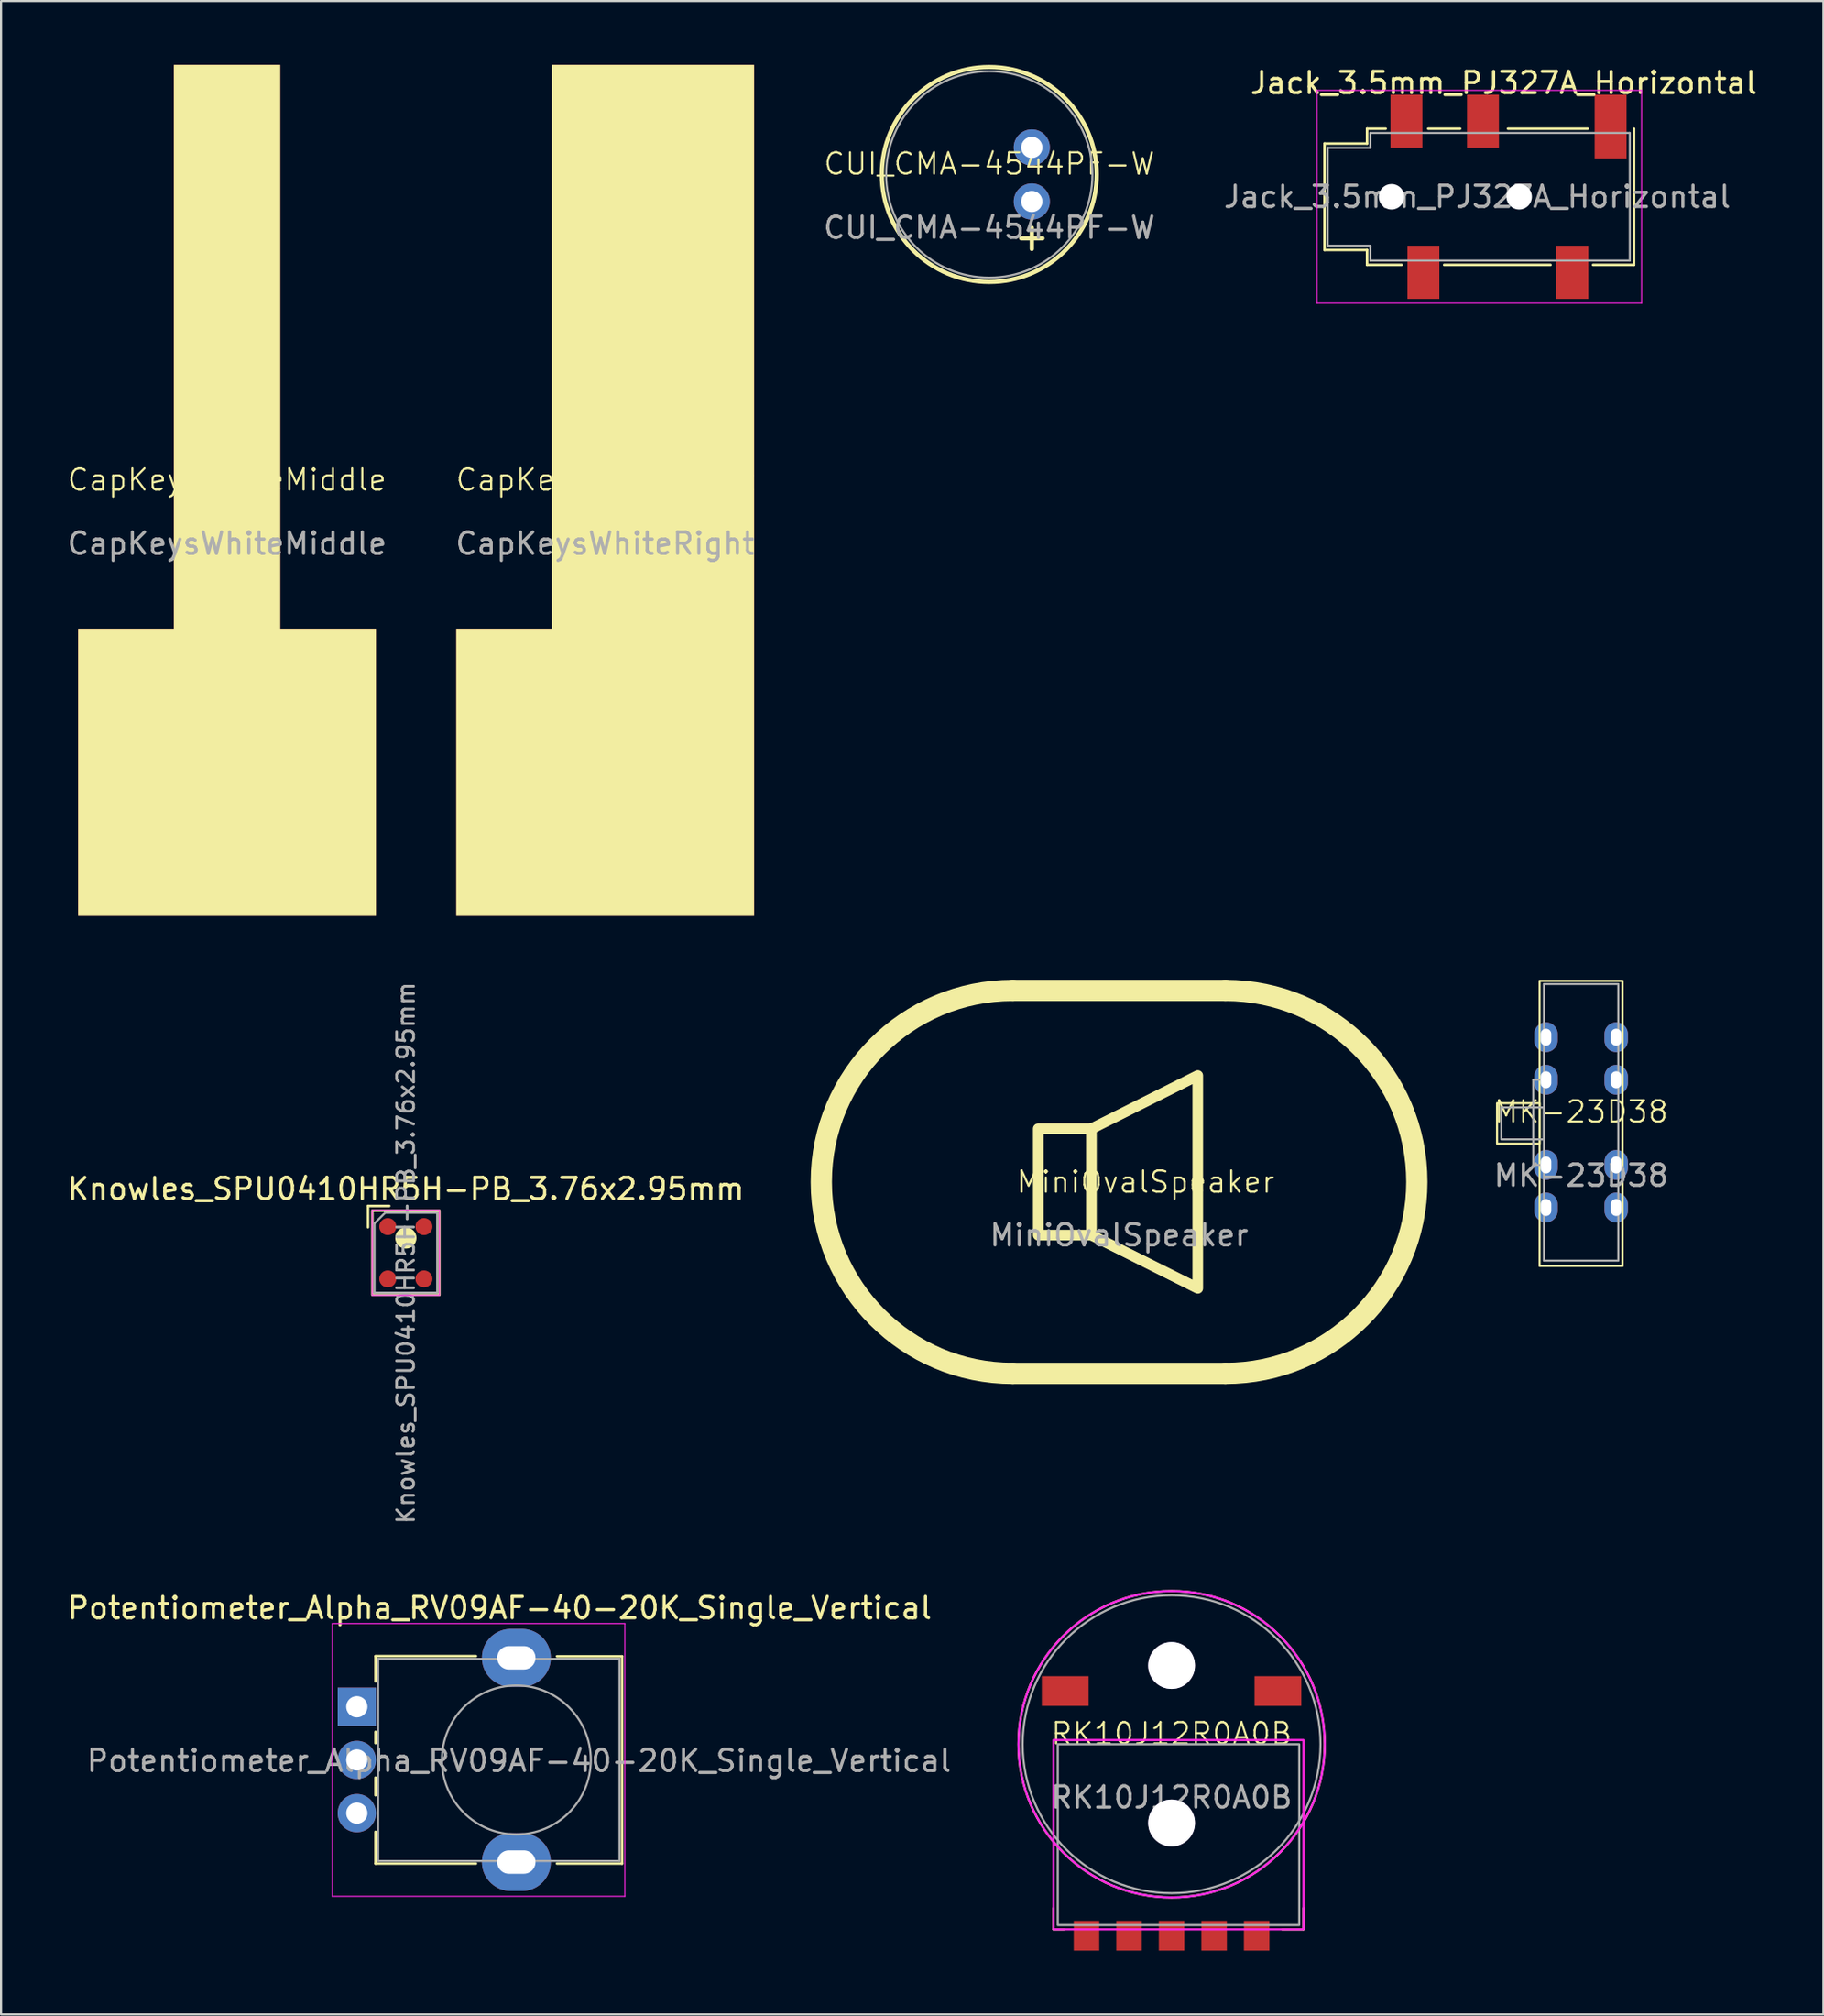
<source format=kicad_pcb>
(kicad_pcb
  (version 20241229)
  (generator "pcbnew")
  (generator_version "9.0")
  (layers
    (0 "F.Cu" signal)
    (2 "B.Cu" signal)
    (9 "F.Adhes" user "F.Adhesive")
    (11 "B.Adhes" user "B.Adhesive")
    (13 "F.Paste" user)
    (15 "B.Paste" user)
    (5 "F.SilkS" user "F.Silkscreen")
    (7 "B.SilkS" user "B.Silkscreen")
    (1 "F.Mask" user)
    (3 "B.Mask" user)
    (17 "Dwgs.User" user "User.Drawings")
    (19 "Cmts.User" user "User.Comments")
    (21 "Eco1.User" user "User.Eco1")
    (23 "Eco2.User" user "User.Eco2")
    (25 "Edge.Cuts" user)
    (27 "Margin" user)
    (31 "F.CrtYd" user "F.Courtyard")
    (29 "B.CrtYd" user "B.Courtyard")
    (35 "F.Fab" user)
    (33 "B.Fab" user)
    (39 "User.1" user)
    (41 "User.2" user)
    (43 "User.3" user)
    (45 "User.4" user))
  (footprint "Jack_3.5mm_PJ327A_Horizontal"
    (layer "F.Cu")
    (at 67.594 6.198)
    (property "Reference" "Jack_3.5mm_PJ327A_Horizontal" (at 0.05 -5.35 0) (layer "F.SilkS") (effects (font (size 1 1) (thickness 0.15))))
    (attr smd)
    (fp_line (start -8.375 -2.5) (end -8.375 2.5) (stroke (width 0.12) (type solid)) (layer "F.SilkS"))
    (fp_line (start -6.375 -3.2) (end -6.375 -2.5) (stroke (width 0.12) (type solid)) (layer "F.SilkS"))
    (fp_line (start -6.375 -3.2) (end -5.5 -3.2) (stroke (width 0.12) (type solid)) (layer "F.SilkS"))
    (fp_line (start -6.375 -2.5) (end -8.375 -2.5) (stroke (width 0.12) (type solid)) (layer "F.SilkS"))
    (fp_line (start -6.375 2.5) (end -8.375 2.5) (stroke (width 0.12) (type solid)) (layer "F.SilkS"))
    (fp_line (start -6.375 2.5) (end -6.375 3.2) (stroke (width 0.12) (type solid)) (layer "F.SilkS"))
    (fp_line (start -4.75 3.2) (end -6.375 3.2) (stroke (width 0.12) (type solid)) (layer "F.SilkS"))
    (fp_line (start -3.5 -3.2) (end -2 -3.2) (stroke (width 0.12) (type solid)) (layer "F.SilkS"))
    (fp_line (start 0.25 -3.2) (end 4 -3.2) (stroke (width 0.12) (type solid)) (layer "F.SilkS"))
    (fp_line (start 2.25 3.2) (end -2.75 3.2) (stroke (width 0.12) (type solid)) (layer "F.SilkS"))
    (fp_line (start 6.175 3.2) (end 4.25 3.2) (stroke (width 0.12) (type solid)) (layer "F.SilkS"))
    (fp_line (start 6.175 3.2) (end 6.175 -3.2) (stroke (width 0.12) (type solid)) (layer "F.SilkS"))
    (fp_line (start -8.73 -5) (end 6.53 -5) (stroke (width 0.05) (type solid)) (layer "F.CrtYd"))
    (fp_line (start -8.73 5) (end -8.73 -5) (stroke (width 0.05) (type solid)) (layer "F.CrtYd"))
    (fp_line (start -8.73 5) (end 6.53 5) (stroke (width 0.05) (type solid)) (layer "F.CrtYd"))
    (fp_line (start 6.53 5) (end 6.53 -5) (stroke (width 0.05) (type solid)) (layer "F.CrtYd"))
    (fp_line (start -8.225 -2.3) (end -6.225 -2.3) (stroke (width 0.1) (type solid)) (layer "F.Fab"))
    (fp_line (start -8.225 2.3) (end -8.225 -2.3) (stroke (width 0.1) (type solid)) (layer "F.Fab"))
    (fp_line (start -6.225 -3) (end 5.975 -3) (stroke (width 0.1) (type solid)) (layer "F.Fab"))
    (fp_line (start -6.225 -2.3) (end -6.225 -3) (stroke (width 0.1) (type solid)) (layer "F.Fab"))
    (fp_line (start -6.225 2.3) (end -8.225 2.3) (stroke (width 0.1) (type solid)) (layer "F.Fab"))
    (fp_line (start -6.225 3) (end -6.225 2.3) (stroke (width 0.1) (type solid)) (layer "F.Fab"))
    (fp_line (start 5.975 -3) (end 5.975 3) (stroke (width 0.1) (type solid)) (layer "F.Fab"))
    (fp_line (start 5.975 3) (end -6.225 3) (stroke (width 0.1) (type solid)) (layer "F.Fab"))
    (fp_text user "${REFERENCE}" (at -1.195 0 0) (layer "F.Fab") (effects (font (size 1 1) (thickness 0.15))))
    (pad "" np_thru_hole circle (at -5.225 0) (size 1.2 1.2) (drill 1.2) (layers "*.Cu" "*.Mask"))
    (pad "" np_thru_hole circle (at 0.775 0) (size 1.2 1.2) (drill 1.2) (layers "*.Cu" "*.Mask"))
    (pad "R1" smd rect (at -0.925 -3.55) (size 1.5 2.5) (layers "F.Cu" "F.Mask" "F.Paste"))
    (pad "R2" smd rect (at -3.725 3.55) (size 1.5 2.5) (layers "F.Cu" "F.Mask" "F.Paste"))
    (pad "S" smd rect (at -4.525 -3.55) (size 1.5 2.5) (layers "F.Cu" "F.Mask" "F.Paste"))
    (pad "T" smd rect (at 3.275 3.55) (size 1.5 2.5) (layers "F.Cu" "F.Mask" "F.Paste"))
    (pad "TN" smd rect (at 5.075 -3.3) (size 1.5 3) (layers "F.Cu" "F.Mask" "F.Paste")))
  (footprint "CapKeysWhiteMiddle"
    (layer "F.Cu")
    (at 7.625 20)
    (property "Reference" "CapKeysWhiteMiddle" (at 0 -0.5 0) (unlocked yes) (layer "F.SilkS") (effects (font (size 1 1) (thickness 0.1))))
    (attr smd)
    (fp_poly (pts (xy -2.5 -20) (xy 2.5 -20) (xy 2.5 6.5) (xy 7 6.5) (xy 7 20) (xy -7 20) (xy -7 6.5) (xy -2.5 6.5)) (stroke (width 0) (type solid)) (fill yes) (layer "F.SilkS"))
    (fp_text user "${REFERENCE}" (at 0 2.5 0) (unlocked yes) (layer "F.Fab") (effects (font (size 1 1) (thickness 0.15))))
    (pad "1" smd custom (at 0 0) (size 5 40) (property pad_prop_testpoint) (layers "F.Cu") (options (anchor rect)) (primitives (gr_poly (pts (xy -2.5 -20) (xy 2.5 -20) (xy 2.5 6.5) (xy 7 6.5) (xy 7 20) (xy -7 20) (xy -7 6.5) (xy -2.5 6.5)) (width 0) (fill yes)))))
  (footprint "Knowles_SPU0410HR5H-PB_3.76x2.95mm"
    (layer "F.Cu")
    (at 16.03 55.829)
    (property "Reference" "Knowles_SPU0410HR5H-PB_3.76x2.95mm" (at 0 -3 0) (unlocked yes) (layer "F.SilkS") (effects (font (size 1 1) (thickness 0.15))))
    (attr smd)
    (fp_line (start -1.78 -2.2) (end -1.78 -1.2) (stroke (width 0.12) (type solid)) (layer "F.SilkS"))
    (fp_line (start -0.78 -2.2) (end -1.78 -2.2) (stroke (width 0.12) (type solid)) (layer "F.SilkS"))
    (fp_rect (start -1.575 -1.98) (end 1.575 1.98) (stroke (width 0.12) (type solid)) (fill no) (layer "F.SilkS"))
    (fp_circle (center 0 -0.696) (end 0.5 -0.696) (stroke (width 0) (type solid)) (fill yes) (layer "F.SilkS"))
    (fp_rect (start -1.58 -2) (end 1.58 2) (stroke (width 0.05) (type solid)) (fill no) (layer "F.CrtYd"))
    (fp_line (start -1.475 -1.38) (end -1.475 1.88) (stroke (width 0.1) (type solid)) (layer "F.Fab"))
    (fp_line (start -1.475 1.88) (end 1.475 1.88) (stroke (width 0.1) (type solid)) (layer "F.Fab"))
    (fp_line (start -0.975 -1.88) (end -1.475 -1.38) (stroke (width 0.1) (type solid)) (layer "F.Fab"))
    (fp_line (start 1.475 -1.88) (end -0.975 -1.88) (stroke (width 0.1) (type solid)) (layer "F.Fab"))
    (fp_line (start 1.475 1.88) (end 1.475 -1.88) (stroke (width 0.1) (type solid)) (layer "F.Fab"))
    (fp_text user "${REFERENCE}" (at 0 0.01 90) (unlocked yes) (layer "F.Fab") (effects (font (size 0.8 0.8) (thickness 0.13))))
    (pad "1" smd circle (at -0.85 -1.23) (size 0.8 0.8) (layers "F.Cu" "F.Mask" "F.Paste"))
    (pad "2" smd circle (at -0.85 1.23) (size 0.8 0.8) (layers "F.Cu" "F.Mask" "F.Paste"))
    (pad "3" smd circle (at 0.85 1.23) (size 0.8 0.8) (layers "F.Cu" "F.Mask" "F.Paste"))
    (pad "4" smd circle (at 0.85 -1.23) (size 0.8 0.8) (layers "F.Cu" "F.Mask" "F.Paste")))
  (footprint "RK10J12R0A0B"
    (layer "F.Cu")
    (at 52.029 78.928)
    (property "Reference" "RK10J12R0A0B" (at 0 -0.5 0) (unlocked yes) (layer "F.SilkS") (effects (font (size 1 1) (thickness 0.1))))
    (attr smd)
    (fp_line (start -5.55 7.7) (end -5.55 8.7) (stroke (width 0.1) (type default)) (layer "F.SilkS"))
    (fp_line (start -5.05 8.7) (end -5.55 8.7) (stroke (width 0.1) (type default)) (layer "F.SilkS"))
    (fp_line (start 5.2 8.7) (end 6.2 8.7) (stroke (width 0.1) (type default)) (layer "F.SilkS"))
    (fp_line (start 6.2 7.7) (end 6.2 8.7) (stroke (width 0.1) (type default)) (layer "F.SilkS"))
    (fp_circle (center 0 0) (end 7.2 0) (stroke (width 0.1) (type default)) (fill no) (layer "F.SilkS"))
    (fp_rect (start -5.55 -0.2) (end 6.2 8.7) (stroke (width 0.1) (type default)) (fill no) (layer "F.CrtYd"))
    (fp_circle (center 0 0) (end 7.2 0) (stroke (width 0.1) (type default)) (fill no) (layer "F.CrtYd"))
    (fp_rect (start -5.35 0) (end 6 8.5) (stroke (width 0.1) (type default)) (fill no) (layer "F.Fab"))
    (fp_circle (center 0 0) (end 7 0) (stroke (width 0.1) (type default)) (fill no) (layer "F.Fab"))
    (fp_text user "${REFERENCE}" (at 0 2.5 0) (unlocked yes) (layer "F.Fab") (effects (font (size 1 1) (thickness 0.15))))
    (pad "0" thru_hole circle (at 0 -3.7) (size 2.2 2.2) (drill 2.2) (layers "*.Cu" "*.Mask"))
    (pad "0" thru_hole circle (at 0 3.7) (size 2.2 2.2) (drill 2.2) (layers "*.Cu" "*.Mask"))
    (pad "1" smd rect (at -5 -2.5) (size 2.2 1.4) (layers "F.Cu" "F.Mask" "F.Paste"))
    (pad "1" smd rect (at -4 9) (size 1.2 1.4) (layers "F.Cu" "F.Mask" "F.Paste"))
    (pad "1" smd rect (at 5 -2.5) (size 2.2 1.4) (layers "F.Cu" "F.Mask" "F.Paste"))
    (pad "2" smd rect (at -2 9) (size 1.2 1.4) (layers "F.Cu" "F.Mask" "F.Paste"))
    (pad "3" smd rect (at 0 9) (size 1.2 1.4) (layers "F.Cu" "F.Mask" "F.Paste"))
    (pad "4" smd rect (at 2 9) (size 1.2 1.4) (layers "F.Cu" "F.Mask" "F.Paste"))
    (pad "5" smd rect (at 4 9) (size 1.2 1.4) (layers "F.Cu" "F.Mask" "F.Paste")))
  (footprint "CapKeysWhiteRight"
    (layer "F.Cu")
    (at 25.399 20)
    (property "Reference" "CapKeysWhiteRight" (at 0 -0.5 0) (unlocked yes) (layer "F.SilkS") (effects (font (size 1 1) (thickness 0.1))))
    (attr smd)
    (fp_poly (pts (xy -2.5 -20) (xy 7 -20) (xy 7 20) (xy -7 20) (xy -7 6.5) (xy -2.5 6.5)) (stroke (width 0) (type solid)) (fill yes) (layer "F.SilkS"))
    (fp_text user "${REFERENCE}" (at 0 2.5 0) (unlocked yes) (layer "F.Fab") (effects (font (size 1 1) (thickness 0.15))))
    (pad "1" smd custom (at 0 0) (size 5 40) (property pad_prop_testpoint) (layers "F.Cu") (options (anchor rect)) (primitives (gr_poly (pts (xy -2.5 -20) (xy 7 -20) (xy 7 20) (xy -7 20) (xy -7 6.5) (xy -2.5 6.5)) (width 0) (fill yes)))))
  (footprint "MiniOvalSpeaker"
    (layer "F.Cu")
    (at 49.56 52.5)
    (property "Reference" "MiniOvalSpeaker" (at 1.25 0 0) (unlocked yes) (layer "F.SilkS") (effects (font (size 1 1) (thickness 0.1))))
    (fp_line (start -5 -9) (end 5 -9) (stroke (width 1) (type default)) (layer "F.SilkS"))
    (fp_line (start -5 9) (end 5 9) (stroke (width 1) (type default)) (layer "F.SilkS"))
    (fp_line (start -1.3 -2.5) (end -1.3 2.5) (stroke (width 0.5) (type default)) (layer "F.SilkS"))
    (fp_arc (start -5 9) (mid -14 0) (end -5 -9) (stroke (width 1) (type default)) (layer "F.SilkS"))
    (fp_arc (start 5 -9) (mid 14 0) (end 5 9) (stroke (width 1) (type default)) (layer "F.SilkS"))
    (fp_poly (pts (xy -1.3 -2.5) (xy -3.8 -2.5) (xy -3.8 2.5) (xy -1.3 2.5) (xy 3.7 5) (xy 3.7 -5)) (stroke (width 0.5) (type solid)) (fill no) (layer "F.SilkS"))
    (fp_text user "${REFERENCE}" (at 0 2.5 0) (unlocked yes) (layer "F.Fab") (effects (font (size 1 1) (thickness 0.15)))))
  (footprint "MK-23D38"
    (layer "F.Cu")
    (at 71.28 49.7)
    (property "Reference" "MK-23D38" (at 0 -0.5 0) (unlocked yes) (layer "F.SilkS") (effects (font (size 1 1) (thickness 0.1))))
    (attr through_hole)
    (fp_rect (start -3.95 -0.9) (end -1.95 1) (stroke (width 0.1) (type solid)) (fill no) (layer "F.SilkS"))
    (fp_rect (start -1.95 -6.65) (end 1.95 6.75) (stroke (width 0.1) (type solid)) (fill no) (layer "F.SilkS"))
    (fp_line (start -2.25 -2) (end -2.25 2) (stroke (width 0.1) (type default)) (layer "F.Fab"))
    (fp_line (start -1.75 -2) (end -2.25 -2) (stroke (width 0.1) (type default)) (layer "F.Fab"))
    (fp_line (start -1.75 2) (end -2.25 2) (stroke (width 0.1) (type default)) (layer "F.Fab"))
    (fp_rect (start -3.75 -0.7) (end -1.75 0.8) (stroke (width 0.1) (type solid)) (fill no) (layer "F.Fab"))
    (fp_rect (start -1.75 -6.5) (end 1.75 6.5) (stroke (width 0.1) (type solid)) (fill no) (layer "F.Fab"))
    (fp_text user "${REFERENCE}" (at 0 2.5 0) (unlocked yes) (layer "F.Fab") (effects (font (size 1 1) (thickness 0.15))))
    (pad "1" thru_hole oval (at -1.65 4 180) (size 1.1 1.4) (drill oval 0.5 0.8) (layers "*.Cu" "*.Mask"))
    (pad "2" thru_hole oval (at -1.65 2) (size 1.1 1.4) (drill oval 0.5 0.8) (layers "*.Cu" "*.Mask"))
    (pad "3" thru_hole oval (at -1.65 -2) (size 1.1 1.4) (drill oval 0.5 0.8) (layers "*.Cu" "*.Mask"))
    (pad "4" thru_hole oval (at -1.65 -4) (size 1.1 1.4) (drill oval 0.5 0.8) (layers "*.Cu" "*.Mask"))
    (pad "5" thru_hole oval (at 1.65 4) (size 1.1 1.4) (drill oval 0.5 0.8) (layers "*.Cu" "*.Mask"))
    (pad "6" thru_hole oval (at 1.65 2) (size 1.1 1.4) (drill oval 0.5 0.8) (layers "*.Cu" "*.Mask"))
    (pad "7" thru_hole oval (at 1.65 -2) (size 1.1 1.4) (drill oval 0.5 0.8) (layers "*.Cu" "*.Mask"))
    (pad "8" thru_hole oval (at 1.65 -4) (size 1.1 1.4) (drill oval 0.5 0.8) (layers "*.Cu" "*.Mask")))
  (footprint "CUI_CMA-4544PF-W"
    (layer "F.Cu")
    (at 43.458 5.15)
    (property "Reference" "CUI_CMA-4544PF-W" (at 0 -0.5 0) (unlocked yes) (layer "F.SilkS") (effects (font (size 1 1) (thickness 0.1))))
    (attr through_hole)
    (fp_line (start 1.5 3) (end 2.5 3) (stroke (width 0.2) (type default)) (layer "F.SilkS"))
    (fp_line (start 2 2.5) (end 2 3.5) (stroke (width 0.2) (type default)) (layer "F.SilkS"))
    (fp_circle (center 0 0) (end 5.05 0) (stroke (width 0.2) (type default)) (fill no) (layer "F.SilkS"))
    (fp_circle (center 0 0) (end 4.85 0) (stroke (width 0.1) (type default)) (fill no) (layer "F.Fab"))
    (fp_text user "${REFERENCE}" (at 0 2.5 0) (unlocked yes) (layer "F.Fab") (effects (font (size 1 1) (thickness 0.15))))
    (pad "1" thru_hole circle (at 2 -1.27) (size 1.7 1.7) (drill 1) (property pad_prop_testpoint) (layers "*.Cu" "*.Mask"))
    (pad "2" thru_hole circle (at 2 1.27) (size 1.7 1.7) (drill 1) (property pad_prop_testpoint) (layers "*.Cu" "*.Mask")))
  (footprint "Potentiometer_Alpha_RV09AF-40-20K_Single_Vertical"
    (layer "F.Cu")
    (at 21.225 79.666)
    (property "Reference" "Potentiometer_Alpha_RV09AF-40-20K_Single_Vertical" (at -0.79 -7.14 180) (layer "F.SilkS") (effects (font (size 1 1) (thickness 0.15))))
    (attr through_hole)
    (fp_line (start -6.62 -4.88) (end -1.9 -4.88) (stroke (width 0.12) (type solid)) (layer "F.SilkS"))
    (fp_line (start -6.62 -3.69) (end -6.62 -4.87) (stroke (width 0.12) (type solid)) (layer "F.SilkS"))
    (fp_line (start -6.62 -0.79) (end -6.62 -1.32) (stroke (width 0.12) (type solid)) (layer "F.SilkS"))
    (fp_line (start -6.62 1.66) (end -6.62 0.83) (stroke (width 0.12) (type solid)) (layer "F.SilkS"))
    (fp_line (start -6.62 4.87) (end -6.62 3.38) (stroke (width 0.12) (type solid)) (layer "F.SilkS"))
    (fp_line (start -6.62 4.87) (end -1.9 4.87) (stroke (width 0.12) (type solid)) (layer "F.SilkS"))
    (fp_line (start 1.91 -4.87) (end 4.97 -4.87) (stroke (width 0.12) (type solid)) (layer "F.SilkS"))
    (fp_line (start 1.91 4.87) (end 4.97 4.87) (stroke (width 0.12) (type solid)) (layer "F.SilkS"))
    (fp_line (start 4.97 4.87) (end 4.97 -4.87) (stroke (width 0.12) (type solid)) (layer "F.SilkS"))
    (fp_line (start -8.65 -6.41) (end -8.65 6.41) (stroke (width 0.05) (type solid)) (layer "F.CrtYd"))
    (fp_line (start -8.65 6.41) (end 5.1 6.41) (stroke (width 0.05) (type solid)) (layer "F.CrtYd"))
    (fp_line (start 5.1 -6.41) (end -8.65 -6.41) (stroke (width 0.05) (type solid)) (layer "F.CrtYd"))
    (fp_line (start 5.1 6.41) (end 5.1 -6.41) (stroke (width 0.05) (type solid)) (layer "F.CrtYd"))
    (fp_line (start -6.5 -4.75) (end 4.85 -4.75) (stroke (width 0.1) (type solid)) (layer "F.Fab"))
    (fp_line (start -6.5 4.75) (end -6.5 -4.75) (stroke (width 0.1) (type solid)) (layer "F.Fab"))
    (fp_line (start -6.5 4.75) (end 4.85 4.75) (stroke (width 0.1) (type solid)) (layer "F.Fab"))
    (fp_line (start 4.85 4.75) (end 4.85 -4.75) (stroke (width 0.1) (type solid)) (layer "F.Fab"))
    (fp_circle (center 0 0) (end 0 -3.5) (stroke (width 0.1) (type solid)) (fill no) (layer "F.Fab"))
    (fp_text user "${REFERENCE}" (at 0.12 0.04 0) (layer "F.Fab") (effects (font (size 1 1) (thickness 0.15))))
    (pad "" thru_hole oval (at 0 -4.8 90) (size 2.72 3.24) (drill oval 1.1 1.8) (layers "*.Cu" "*.Mask"))
    (pad "" thru_hole oval (at 0 4.8 90) (size 2.72 3.24) (drill oval 1.1 1.8) (layers "*.Cu" "*.Mask"))
    (pad "1" thru_hole rect (at -7.5 -2.5 90) (size 1.8 1.8) (drill 1) (layers "*.Cu" "*.Mask"))
    (pad "2" thru_hole circle (at -7.5 0 90) (size 1.8 1.8) (drill 1) (layers "*.Cu" "*.Mask"))
    (pad "3" thru_hole circle (at -7.5 2.5 90) (size 1.8 1.8) (drill 1) (layers "*.Cu" "*.Mask")))
  (gr_rect
    (start -3 -3)
    (end 82.674 91.628)
    (stroke (width 0.1) (type default))
    (fill no)
    (layer "Edge.Cuts")))
</source>
